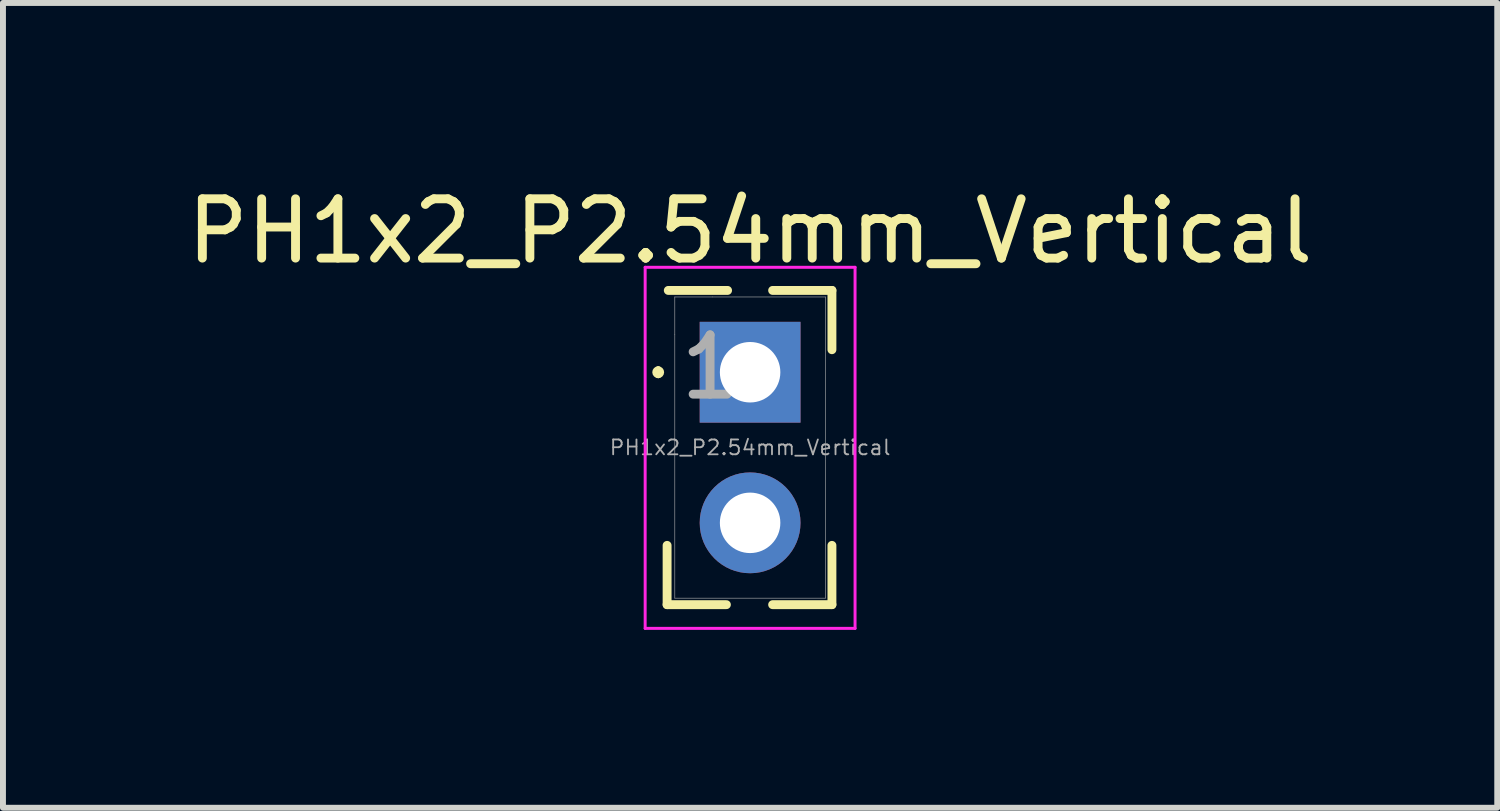
<source format=kicad_pcb>
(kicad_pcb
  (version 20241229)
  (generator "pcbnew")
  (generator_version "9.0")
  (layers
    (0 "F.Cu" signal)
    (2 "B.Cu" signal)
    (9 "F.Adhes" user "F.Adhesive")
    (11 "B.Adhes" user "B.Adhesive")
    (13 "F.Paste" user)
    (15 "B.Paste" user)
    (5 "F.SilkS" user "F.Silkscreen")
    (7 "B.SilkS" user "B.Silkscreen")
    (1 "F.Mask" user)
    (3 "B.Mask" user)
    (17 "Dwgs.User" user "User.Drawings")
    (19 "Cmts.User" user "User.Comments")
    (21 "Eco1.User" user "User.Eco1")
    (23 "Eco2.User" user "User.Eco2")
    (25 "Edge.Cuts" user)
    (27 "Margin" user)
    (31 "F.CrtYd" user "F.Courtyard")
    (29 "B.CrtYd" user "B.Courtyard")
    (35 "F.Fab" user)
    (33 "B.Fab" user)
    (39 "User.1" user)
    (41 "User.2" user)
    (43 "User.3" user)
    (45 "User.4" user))
  (footprint "PH1x2_P2.54mm_Vertical"
    (layer "F.Cu")
    (at 9.601 3.228)
    (property "Reference" "PH1x2_P2.54mm_Vertical" (at 0 -2.38 0) (layer "F.SilkS") (effects (font (size 1 1) (thickness 0.15))))
    (attr through_hole)
    (fp_line (start -1.55 -0.05) (end -1.55 -0.05) (stroke (width 0.1) (type solid)) (layer "F.SilkS"))
    (fp_line (start -1.55 0.05) (end -1.55 0.05) (stroke (width 0.1) (type solid)) (layer "F.SilkS"))
    (fp_line (start -1.4 3.92) (end -1.4 2.92) (stroke (width 0.15) (type solid)) (layer "F.SilkS"))
    (fp_line (start -1.38 -1.38) (end -0.38 -1.38) (stroke (width 0.15) (type solid)) (layer "F.SilkS"))
    (fp_line (start -0.4 3.92) (end -1.4 3.92) (stroke (width 0.15) (type solid)) (layer "F.SilkS"))
    (fp_line (start 0.38 -1.38) (end 1.38 -1.38) (stroke (width 0.15) (type solid)) (layer "F.SilkS"))
    (fp_line (start 1.38 -1.38) (end 1.38 -0.38) (stroke (width 0.15) (type solid)) (layer "F.SilkS"))
    (fp_line (start 1.38 2.92) (end 1.38 3.92) (stroke (width 0.15) (type solid)) (layer "F.SilkS"))
    (fp_line (start 1.38 3.92) (end 0.38 3.92) (stroke (width 0.15) (type solid)) (layer "F.SilkS"))
    (fp_arc (start -1.55 -0.05) (mid -1.5 0) (end -1.55 0.05) (stroke (width 0.1) (type solid)) (layer "F.SilkS"))
    (fp_arc (start -1.55 0.05) (mid -1.6 0) (end -1.55 -0.05) (stroke (width 0.1) (type solid)) (layer "F.SilkS"))
    (fp_line (start -1.77 -1.77) (end -1.77 4.32) (stroke (width 0.05) (type solid)) (layer "F.CrtYd"))
    (fp_line (start -1.77 4.32) (end 1.77 4.32) (stroke (width 0.05) (type solid)) (layer "F.CrtYd"))
    (fp_line (start 1.77 -1.77) (end -1.77 -1.77) (stroke (width 0.05) (type solid)) (layer "F.CrtYd"))
    (fp_line (start 1.77 4.32) (end 1.77 -1.77) (stroke (width 0.05) (type solid)) (layer "F.CrtYd"))
    (fp_line (start -1.27 -1.27) (end -1.27 -0.635) (stroke (width 0.01) (type default)) (layer "F.Fab"))
    (fp_line (start -1.27 3.81) (end -1.27 -0.635) (stroke (width 0.01) (type solid)) (layer "F.Fab"))
    (fp_line (start -0.635 -1.27) (end -1.27 -1.27) (stroke (width 0.01) (type default)) (layer "F.Fab"))
    (fp_line (start -0.635 -1.27) (end 1.27 -1.27) (stroke (width 0.01) (type solid)) (layer "F.Fab"))
    (fp_line (start 1.27 -1.27) (end 1.27 3.81) (stroke (width 0.01) (type solid)) (layer "F.Fab"))
    (fp_line (start 1.27 3.81) (end -1.27 3.81) (stroke (width 0.01) (type solid)) (layer "F.Fab"))
    (fp_circle (center 0 0) (end 0.32 0) (stroke (width 0.01) (type default)) (fill no) (layer "F.Fab"))
    (fp_circle (center 0 2.54) (end 0.32 2.54) (stroke (width 0.01) (type default)) (fill no) (layer "F.Fab"))
    (fp_text user "1" (at -1.25 0.5 0) (unlocked yes) (layer "F.Fab") (effects (font (size 1 1) (thickness 0.15)) (justify left bottom)))
    (fp_text user "${REFERENCE}" (at 0 1.27 180) (layer "F.Fab") (effects (font (size 0.25 0.25) (thickness 0.031))))
    (pad "1" thru_hole rect (at 0 0) (size 1.7 1.7) (drill 1.02) (layers "*.Cu" "*.Mask"))
    (pad "2" thru_hole circle (at 0 2.54) (size 1.7 1.7) (drill 1.02) (layers "*.Cu" "*.Mask")))
  (gr_rect
    (start -3 -3)
    (end 22.202 10.573)
    (stroke (width 0.1) (type default))
    (fill no)
    (layer "Edge.Cuts")))
</source>
